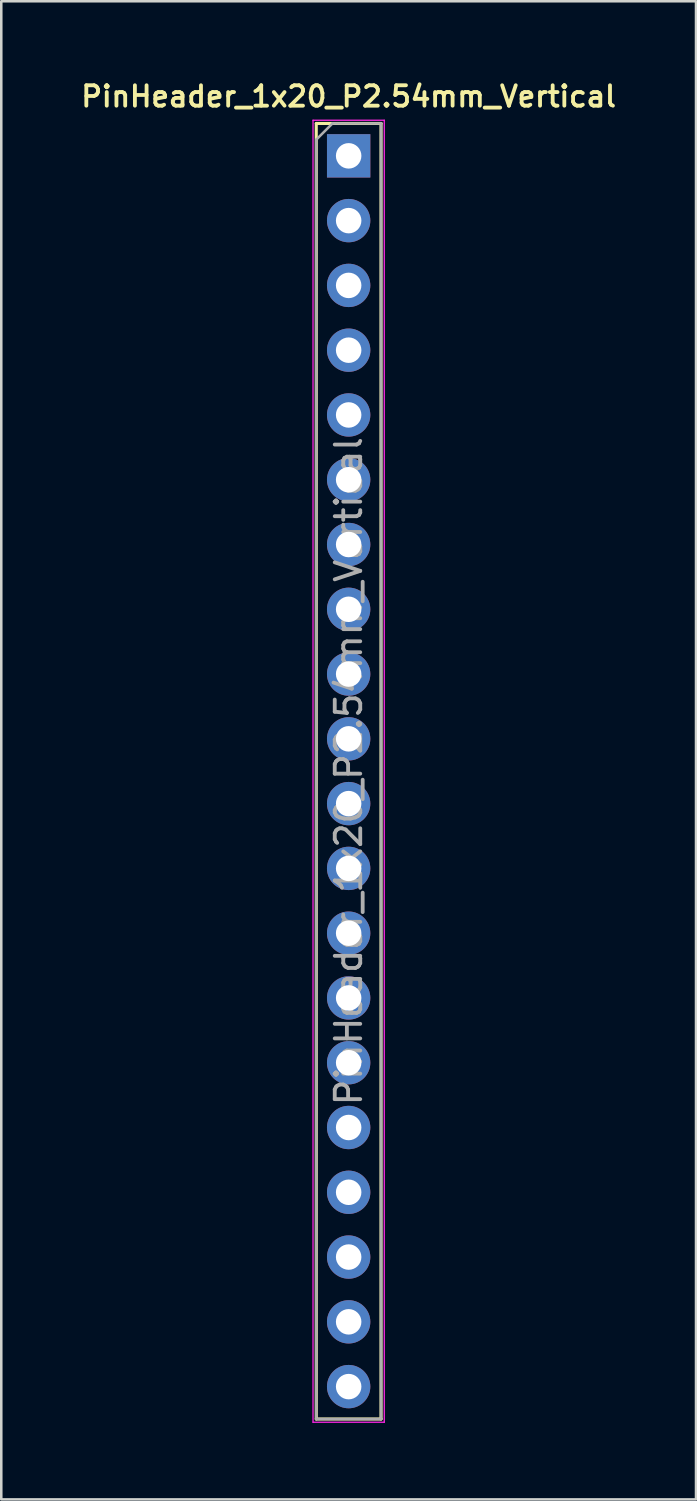
<source format=kicad_pcb>
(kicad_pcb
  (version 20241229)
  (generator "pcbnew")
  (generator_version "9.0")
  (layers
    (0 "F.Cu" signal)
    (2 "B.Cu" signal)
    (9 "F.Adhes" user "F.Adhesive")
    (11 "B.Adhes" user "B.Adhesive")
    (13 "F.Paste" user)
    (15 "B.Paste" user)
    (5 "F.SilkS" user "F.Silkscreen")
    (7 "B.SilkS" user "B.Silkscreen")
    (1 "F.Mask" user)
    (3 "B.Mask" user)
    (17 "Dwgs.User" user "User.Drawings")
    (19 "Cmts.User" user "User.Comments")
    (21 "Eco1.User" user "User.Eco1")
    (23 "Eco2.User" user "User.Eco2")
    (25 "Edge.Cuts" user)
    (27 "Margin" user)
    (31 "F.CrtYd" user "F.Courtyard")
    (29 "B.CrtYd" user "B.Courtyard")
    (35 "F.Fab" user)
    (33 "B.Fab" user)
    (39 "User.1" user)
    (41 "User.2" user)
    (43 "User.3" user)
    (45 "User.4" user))
  (footprint "PinHeader_1x20_P2.54mm_Vertical"
    (layer "F.Cu")
    (at 10.621 3.061)
    (property "Reference" "PinHeader_1x20_P2.54mm_Vertical" (at 0 -2.33 0) (layer "F.SilkS") (effects (font (size 0.8 0.8) (thickness 0.15))))
    (attr through_hole)
    (fp_line (start -1.27 -1.27) (end -1.27 49.53) (stroke (width 0.12) (type solid)) (layer "F.SilkS"))
    (fp_line (start -1.27 -1.27) (end 1.27 -1.27) (stroke (width 0.12) (type solid)) (layer "F.SilkS"))
    (fp_line (start -1.27 49.53) (end 1.27 49.53) (stroke (width 0.12) (type solid)) (layer "F.SilkS"))
    (fp_line (start 1.27 -1.27) (end 1.27 49.53) (stroke (width 0.12) (type solid)) (layer "F.SilkS"))
    (fp_line (start -1.397 -1.397) (end -1.397 49.657) (stroke (width 0.05) (type solid)) (layer "F.CrtYd"))
    (fp_line (start -1.397 49.657) (end 1.397 49.657) (stroke (width 0.05) (type solid)) (layer "F.CrtYd"))
    (fp_line (start 1.397 -1.397) (end -1.397 -1.397) (stroke (width 0.05) (type solid)) (layer "F.CrtYd"))
    (fp_line (start 1.397 49.657) (end 1.397 -1.397) (stroke (width 0.05) (type solid)) (layer "F.CrtYd"))
    (fp_line (start -1.27 -0.635) (end -0.635 -1.27) (stroke (width 0.1) (type solid)) (layer "F.Fab"))
    (fp_line (start -1.27 49.53) (end -1.27 -0.635) (stroke (width 0.1) (type solid)) (layer "F.Fab"))
    (fp_line (start -0.635 -1.27) (end 1.27 -1.27) (stroke (width 0.1) (type solid)) (layer "F.Fab"))
    (fp_line (start 1.27 -1.27) (end 1.27 49.53) (stroke (width 0.1) (type solid)) (layer "F.Fab"))
    (fp_line (start 1.27 49.53) (end -1.27 49.53) (stroke (width 0.1) (type solid)) (layer "F.Fab"))
    (fp_text user "${REFERENCE}" (at 0 24.13 90) (layer "F.Fab") (effects (font (size 1 1) (thickness 0.15))))
    (pad "1" thru_hole rect (at 0 0) (size 1.7 1.7) (drill 1) (layers "*.Cu" "*.Mask"))
    (pad "2" thru_hole oval (at 0 2.54) (size 1.7 1.7) (drill 1) (layers "*.Cu" "*.Mask"))
    (pad "3" thru_hole oval (at 0 5.08) (size 1.7 1.7) (drill 1) (layers "*.Cu" "*.Mask"))
    (pad "4" thru_hole oval (at 0 7.62) (size 1.7 1.7) (drill 1) (layers "*.Cu" "*.Mask"))
    (pad "5" thru_hole oval (at 0 10.16) (size 1.7 1.7) (drill 1) (layers "*.Cu" "*.Mask"))
    (pad "6" thru_hole oval (at 0 12.7) (size 1.7 1.7) (drill 1) (layers "*.Cu" "*.Mask"))
    (pad "7" thru_hole oval (at 0 15.24) (size 1.7 1.7) (drill 1) (layers "*.Cu" "*.Mask"))
    (pad "8" thru_hole oval (at 0 17.78) (size 1.7 1.7) (drill 1) (layers "*.Cu" "*.Mask"))
    (pad "9" thru_hole oval (at 0 20.32) (size 1.7 1.7) (drill 1) (layers "*.Cu" "*.Mask"))
    (pad "10" thru_hole oval (at 0 22.86) (size 1.7 1.7) (drill 1) (layers "*.Cu" "*.Mask"))
    (pad "11" thru_hole oval (at 0 25.4) (size 1.7 1.7) (drill 1) (layers "*.Cu" "*.Mask"))
    (pad "12" thru_hole oval (at 0 27.94) (size 1.7 1.7) (drill 1) (layers "*.Cu" "*.Mask"))
    (pad "13" thru_hole oval (at 0 30.48) (size 1.7 1.7) (drill 1) (layers "*.Cu" "*.Mask"))
    (pad "14" thru_hole oval (at 0 33.02) (size 1.7 1.7) (drill 1) (layers "*.Cu" "*.Mask"))
    (pad "15" thru_hole oval (at 0 35.56) (size 1.7 1.7) (drill 1) (layers "*.Cu" "*.Mask"))
    (pad "16" thru_hole oval (at 0 38.1) (size 1.7 1.7) (drill 1) (layers "*.Cu" "*.Mask"))
    (pad "17" thru_hole oval (at 0 40.64) (size 1.7 1.7) (drill 1) (layers "*.Cu" "*.Mask"))
    (pad "18" thru_hole oval (at 0 43.18) (size 1.7 1.7) (drill 1) (layers "*.Cu" "*.Mask"))
    (pad "19" thru_hole oval (at 0 45.72) (size 1.7 1.7) (drill 1) (layers "*.Cu" "*.Mask"))
    (pad "20" thru_hole oval (at 0 48.26) (size 1.7 1.7) (drill 1) (layers "*.Cu" "*.Mask")))
  (gr_rect
    (start -3 -3)
    (end 24.242 55.743)
    (stroke (width 0.1) (type default))
    (fill no)
    (layer "Edge.Cuts")))
</source>
